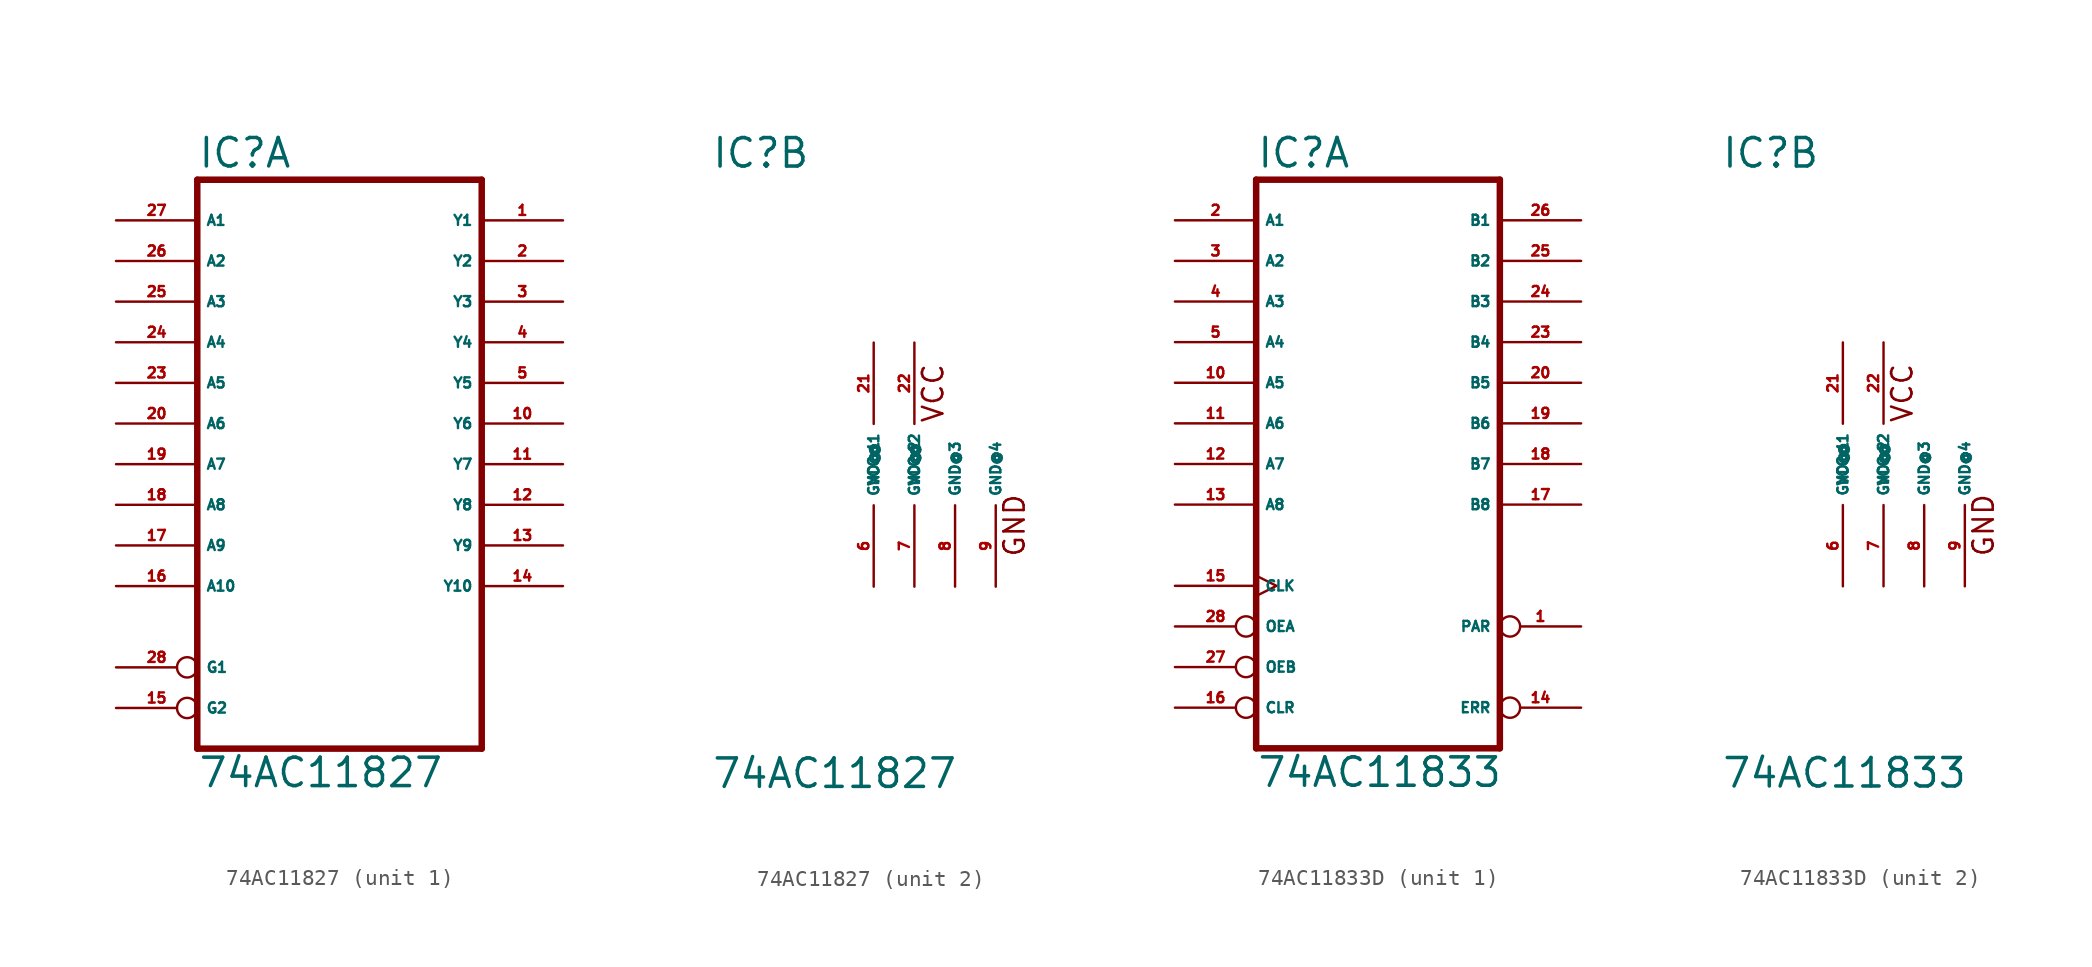
<source format=kicad_sym>
(kicad_symbol_lib
  (version 20220914)
  (generator Eagle2Kicad)
  (symbol "74AC11827"
    (property "Reference" "IC"
      (at -10.16 18.415 0)
      (effects (font (size 1.778 1.778) (thickness 0.22)) (justify left bottom)))
    (property "Value" "74AC11827"
      (at -10.16 -20.32 0)
      (effects (font (size 1.778 1.778) (thickness 0.22)) (justify left bottom)))
    (symbol "74AC11827_1_0"
      (polyline (pts (xy -10.16 -17.78) (xy 7.62 -17.78)) (stroke (width 0.406) (type default)) (fill (type none)))
      (polyline (pts (xy 7.62 -17.78) (xy 7.62 17.78)) (stroke (width 0.406) (type default)) (fill (type none)))
      (polyline (pts (xy 7.62 17.78) (xy -10.16 17.78)) (stroke (width 0.406) (type default)) (fill (type none)))
      (polyline (pts (xy -10.16 17.78) (xy -10.16 -17.78)) (stroke (width 0.406) (type default)) (fill (type none)))
      (pin tri_state line (at 12.7 15.24 180) (length 5.08) (name "Y1" (effects (font (size 0.635 0.635) (thickness 0.08)) (justify left bottom))) (number "1" (effects (font (size 0.635 0.635) (thickness 0.08)) (justify left bottom))))
      (pin tri_state line (at 12.7 12.7 180) (length 5.08) (name "Y2" (effects (font (size 0.635 0.635) (thickness 0.08)) (justify left bottom))) (number "2" (effects (font (size 0.635 0.635) (thickness 0.08)) (justify left bottom))))
      (pin tri_state line (at 12.7 10.16 180) (length 5.08) (name "Y3" (effects (font (size 0.635 0.635) (thickness 0.08)) (justify left bottom))) (number "3" (effects (font (size 0.635 0.635) (thickness 0.08)) (justify left bottom))))
      (pin tri_state line (at 12.7 7.62 180) (length 5.08) (name "Y4" (effects (font (size 0.635 0.635) (thickness 0.08)) (justify left bottom))) (number "4" (effects (font (size 0.635 0.635) (thickness 0.08)) (justify left bottom))))
      (pin tri_state line (at 12.7 5.08 180) (length 5.08) (name "Y5" (effects (font (size 0.635 0.635) (thickness 0.08)) (justify left bottom))) (number "5" (effects (font (size 0.635 0.635) (thickness 0.08)) (justify left bottom))))
      (pin tri_state line (at 12.7 2.54 180) (length 5.08) (name "Y6" (effects (font (size 0.635 0.635) (thickness 0.08)) (justify left bottom))) (number "10" (effects (font (size 0.635 0.635) (thickness 0.08)) (justify left bottom))))
      (pin tri_state line (at 12.7 0 180) (length 5.08) (name "Y7" (effects (font (size 0.635 0.635) (thickness 0.08)) (justify left bottom))) (number "11" (effects (font (size 0.635 0.635) (thickness 0.08)) (justify left bottom))))
      (pin tri_state line (at 12.7 -2.54 180) (length 5.08) (name "Y8" (effects (font (size 0.635 0.635) (thickness 0.08)) (justify left bottom))) (number "12" (effects (font (size 0.635 0.635) (thickness 0.08)) (justify left bottom))))
      (pin tri_state line (at 12.7 -5.08 180) (length 5.08) (name "Y9" (effects (font (size 0.635 0.635) (thickness 0.08)) (justify left bottom))) (number "13" (effects (font (size 0.635 0.635) (thickness 0.08)) (justify left bottom))))
      (pin tri_state line (at 12.7 -7.62 180) (length 5.08) (name "Y10" (effects (font (size 0.635 0.635) (thickness 0.08)) (justify left bottom))) (number "14" (effects (font (size 0.635 0.635) (thickness 0.08)) (justify left bottom))))
      (pin input inverted (at -15.24 -15.24 0) (length 5.08) (name "G2" (effects (font (size 0.635 0.635) (thickness 0.08)) (justify left bottom))) (number "15" (effects (font (size 0.635 0.635) (thickness 0.08)) (justify left bottom))))
      (pin input line (at -15.24 -7.62 0) (length 5.08) (name "A10" (effects (font (size 0.635 0.635) (thickness 0.08)) (justify left bottom))) (number "16" (effects (font (size 0.635 0.635) (thickness 0.08)) (justify left bottom))))
      (pin input line (at -15.24 -5.08 0) (length 5.08) (name "A9" (effects (font (size 0.635 0.635) (thickness 0.08)) (justify left bottom))) (number "17" (effects (font (size 0.635 0.635) (thickness 0.08)) (justify left bottom))))
      (pin input line (at -15.24 -2.54 0) (length 5.08) (name "A8" (effects (font (size 0.635 0.635) (thickness 0.08)) (justify left bottom))) (number "18" (effects (font (size 0.635 0.635) (thickness 0.08)) (justify left bottom))))
      (pin input line (at -15.24 0 0) (length 5.08) (name "A7" (effects (font (size 0.635 0.635) (thickness 0.08)) (justify left bottom))) (number "19" (effects (font (size 0.635 0.635) (thickness 0.08)) (justify left bottom))))
      (pin input line (at -15.24 2.54 0) (length 5.08) (name "A6" (effects (font (size 0.635 0.635) (thickness 0.08)) (justify left bottom))) (number "20" (effects (font (size 0.635 0.635) (thickness 0.08)) (justify left bottom))))
      (pin input line (at -15.24 5.08 0) (length 5.08) (name "A5" (effects (font (size 0.635 0.635) (thickness 0.08)) (justify left bottom))) (number "23" (effects (font (size 0.635 0.635) (thickness 0.08)) (justify left bottom))))
      (pin input line (at -15.24 7.62 0) (length 5.08) (name "A4" (effects (font (size 0.635 0.635) (thickness 0.08)) (justify left bottom))) (number "24" (effects (font (size 0.635 0.635) (thickness 0.08)) (justify left bottom))))
      (pin input line (at -15.24 10.16 0) (length 5.08) (name "A3" (effects (font (size 0.635 0.635) (thickness 0.08)) (justify left bottom))) (number "25" (effects (font (size 0.635 0.635) (thickness 0.08)) (justify left bottom))))
      (pin input line (at -15.24 12.7 0) (length 5.08) (name "A2" (effects (font (size 0.635 0.635) (thickness 0.08)) (justify left bottom))) (number "26" (effects (font (size 0.635 0.635) (thickness 0.08)) (justify left bottom))))
      (pin input line (at -15.24 15.24 0) (length 5.08) (name "A1" (effects (font (size 0.635 0.635) (thickness 0.08)) (justify left bottom))) (number "27" (effects (font (size 0.635 0.635) (thickness 0.08)) (justify left bottom))))
      (pin input inverted (at -15.24 -12.7 0) (length 5.08) (name "G1" (effects (font (size 0.635 0.635) (thickness 0.08)) (justify left bottom))) (number "28" (effects (font (size 0.635 0.635) (thickness 0.08)) (justify left bottom)))))
    (symbol "74AC11827_2_0"
      (text "VCC" (at 4.445 2.54 900) (effects (font (size 1.27 1.27) (thickness 0.16)) (justify left bottom)))
      (text "GND" (at 9.525 -5.842 900) (effects (font (size 1.27 1.27) (thickness 0.16)) (justify left bottom)))
      (pin unspecified line (at 0 -7.62 90) (length 5.08) (name "GND@1" (effects (font (size 0.635 0.635) (thickness 0.08)) (justify left bottom))) (number "6" (effects (font (size 0.635 0.635) (thickness 0.08)) (justify left bottom))))
      (pin unspecified line (at 2.54 -7.62 90) (length 5.08) (name "GND@2" (effects (font (size 0.635 0.635) (thickness 0.08)) (justify left bottom))) (number "7" (effects (font (size 0.635 0.635) (thickness 0.08)) (justify left bottom))))
      (pin unspecified line (at 5.08 -7.62 90) (length 5.08) (name "GND@3" (effects (font (size 0.635 0.635) (thickness 0.08)) (justify left bottom))) (number "8" (effects (font (size 0.635 0.635) (thickness 0.08)) (justify left bottom))))
      (pin unspecified line (at 7.62 -7.62 90) (length 5.08) (name "GND@4" (effects (font (size 0.635 0.635) (thickness 0.08)) (justify left bottom))) (number "9" (effects (font (size 0.635 0.635) (thickness 0.08)) (justify left bottom))))
      (pin unspecified line (at 0 7.62 270) (length 5.08) (name "VCC@1" (effects (font (size 0.635 0.635) (thickness 0.08)) (justify left bottom))) (number "21" (effects (font (size 0.635 0.635) (thickness 0.08)) (justify left bottom))))
      (pin unspecified line (at 2.54 7.62 270) (length 5.08) (name "VCC@2" (effects (font (size 0.635 0.635) (thickness 0.08)) (justify left bottom))) (number "22" (effects (font (size 0.635 0.635) (thickness 0.08)) (justify left bottom))))))
  (symbol "74AC11833D"
    (property "Reference" "IC"
      (at -7.62 18.415 0)
      (effects (font (size 1.778 1.778) (thickness 0.22)) (justify left bottom)))
    (property "Value" "74AC11833"
      (at -7.62 -20.32 0)
      (effects (font (size 1.778 1.778) (thickness 0.22)) (justify left bottom)))
    (symbol "74AC11833D_1_0"
      (polyline (pts (xy -7.62 -17.78) (xy 7.62 -17.78)) (stroke (width 0.406) (type default)) (fill (type none)))
      (polyline (pts (xy 7.62 -17.78) (xy 7.62 17.78)) (stroke (width 0.406) (type default)) (fill (type none)))
      (polyline (pts (xy 7.62 17.78) (xy -7.62 17.78)) (stroke (width 0.406) (type default)) (fill (type none)))
      (polyline (pts (xy -7.62 17.78) (xy -7.62 -17.78)) (stroke (width 0.406) (type default)) (fill (type none)))
      (pin bidirectional inverted (at 12.7 -10.16 180) (length 5.08) (name "PAR" (effects (font (size 0.635 0.635) (thickness 0.08)) (justify left bottom))) (number "1" (effects (font (size 0.635 0.635) (thickness 0.08)) (justify left bottom))))
      (pin bidirectional line (at -12.7 15.24 0) (length 5.08) (name "A1" (effects (font (size 0.635 0.635) (thickness 0.08)) (justify left bottom))) (number "2" (effects (font (size 0.635 0.635) (thickness 0.08)) (justify left bottom))))
      (pin bidirectional line (at -12.7 12.7 0) (length 5.08) (name "A2" (effects (font (size 0.635 0.635) (thickness 0.08)) (justify left bottom))) (number "3" (effects (font (size 0.635 0.635) (thickness 0.08)) (justify left bottom))))
      (pin bidirectional line (at -12.7 10.16 0) (length 5.08) (name "A3" (effects (font (size 0.635 0.635) (thickness 0.08)) (justify left bottom))) (number "4" (effects (font (size 0.635 0.635) (thickness 0.08)) (justify left bottom))))
      (pin bidirectional line (at -12.7 7.62 0) (length 5.08) (name "A4" (effects (font (size 0.635 0.635) (thickness 0.08)) (justify left bottom))) (number "5" (effects (font (size 0.635 0.635) (thickness 0.08)) (justify left bottom))))
      (pin bidirectional line (at -12.7 5.08 0) (length 5.08) (name "A5" (effects (font (size 0.635 0.635) (thickness 0.08)) (justify left bottom))) (number "10" (effects (font (size 0.635 0.635) (thickness 0.08)) (justify left bottom))))
      (pin bidirectional line (at -12.7 2.54 0) (length 5.08) (name "A6" (effects (font (size 0.635 0.635) (thickness 0.08)) (justify left bottom))) (number "11" (effects (font (size 0.635 0.635) (thickness 0.08)) (justify left bottom))))
      (pin bidirectional line (at -12.7 0 0) (length 5.08) (name "A7" (effects (font (size 0.635 0.635) (thickness 0.08)) (justify left bottom))) (number "12" (effects (font (size 0.635 0.635) (thickness 0.08)) (justify left bottom))))
      (pin bidirectional line (at -12.7 -2.54 0) (length 5.08) (name "A8" (effects (font (size 0.635 0.635) (thickness 0.08)) (justify left bottom))) (number "13" (effects (font (size 0.635 0.635) (thickness 0.08)) (justify left bottom))))
      (pin bidirectional inverted (at 12.7 -15.24 180) (length 5.08) (name "ERR" (effects (font (size 0.635 0.635) (thickness 0.08)) (justify left bottom))) (number "14" (effects (font (size 0.635 0.635) (thickness 0.08)) (justify left bottom))))
      (pin input clock (at -12.7 -7.62 0) (length 5.08) (name "CLK" (effects (font (size 0.635 0.635) (thickness 0.08)) (justify left bottom))) (number "15" (effects (font (size 0.635 0.635) (thickness 0.08)) (justify left bottom))))
      (pin input inverted (at -12.7 -15.24 0) (length 5.08) (name "CLR" (effects (font (size 0.635 0.635) (thickness 0.08)) (justify left bottom))) (number "16" (effects (font (size 0.635 0.635) (thickness 0.08)) (justify left bottom))))
      (pin bidirectional line (at 12.7 -2.54 180) (length 5.08) (name "B8" (effects (font (size 0.635 0.635) (thickness 0.08)) (justify left bottom))) (number "17" (effects (font (size 0.635 0.635) (thickness 0.08)) (justify left bottom))))
      (pin bidirectional line (at 12.7 0 180) (length 5.08) (name "B7" (effects (font (size 0.635 0.635) (thickness 0.08)) (justify left bottom))) (number "18" (effects (font (size 0.635 0.635) (thickness 0.08)) (justify left bottom))))
      (pin bidirectional line (at 12.7 2.54 180) (length 5.08) (name "B6" (effects (font (size 0.635 0.635) (thickness 0.08)) (justify left bottom))) (number "19" (effects (font (size 0.635 0.635) (thickness 0.08)) (justify left bottom))))
      (pin bidirectional line (at 12.7 5.08 180) (length 5.08) (name "B5" (effects (font (size 0.635 0.635) (thickness 0.08)) (justify left bottom))) (number "20" (effects (font (size 0.635 0.635) (thickness 0.08)) (justify left bottom))))
      (pin bidirectional line (at 12.7 7.62 180) (length 5.08) (name "B4" (effects (font (size 0.635 0.635) (thickness 0.08)) (justify left bottom))) (number "23" (effects (font (size 0.635 0.635) (thickness 0.08)) (justify left bottom))))
      (pin bidirectional line (at 12.7 10.16 180) (length 5.08) (name "B3" (effects (font (size 0.635 0.635) (thickness 0.08)) (justify left bottom))) (number "24" (effects (font (size 0.635 0.635) (thickness 0.08)) (justify left bottom))))
      (pin bidirectional line (at 12.7 12.7 180) (length 5.08) (name "B2" (effects (font (size 0.635 0.635) (thickness 0.08)) (justify left bottom))) (number "25" (effects (font (size 0.635 0.635) (thickness 0.08)) (justify left bottom))))
      (pin bidirectional line (at 12.7 15.24 180) (length 5.08) (name "B1" (effects (font (size 0.635 0.635) (thickness 0.08)) (justify left bottom))) (number "26" (effects (font (size 0.635 0.635) (thickness 0.08)) (justify left bottom))))
      (pin input inverted (at -12.7 -12.7 0) (length 5.08) (name "OEB" (effects (font (size 0.635 0.635) (thickness 0.08)) (justify left bottom))) (number "27" (effects (font (size 0.635 0.635) (thickness 0.08)) (justify left bottom))))
      (pin input inverted (at -12.7 -10.16 0) (length 5.08) (name "OEA" (effects (font (size 0.635 0.635) (thickness 0.08)) (justify left bottom))) (number "28" (effects (font (size 0.635 0.635) (thickness 0.08)) (justify left bottom)))))
    (symbol "74AC11833D_2_0"
      (text "VCC" (at 4.445 2.54 900) (effects (font (size 1.27 1.27) (thickness 0.16)) (justify left bottom)))
      (text "GND" (at 9.525 -5.842 900) (effects (font (size 1.27 1.27) (thickness 0.16)) (justify left bottom)))
      (pin unspecified line (at 0 -7.62 90) (length 5.08) (name "GND@1" (effects (font (size 0.635 0.635) (thickness 0.08)) (justify left bottom))) (number "6" (effects (font (size 0.635 0.635) (thickness 0.08)) (justify left bottom))))
      (pin unspecified line (at 2.54 -7.62 90) (length 5.08) (name "GND@2" (effects (font (size 0.635 0.635) (thickness 0.08)) (justify left bottom))) (number "7" (effects (font (size 0.635 0.635) (thickness 0.08)) (justify left bottom))))
      (pin unspecified line (at 5.08 -7.62 90) (length 5.08) (name "GND@3" (effects (font (size 0.635 0.635) (thickness 0.08)) (justify left bottom))) (number "8" (effects (font (size 0.635 0.635) (thickness 0.08)) (justify left bottom))))
      (pin unspecified line (at 7.62 -7.62 90) (length 5.08) (name "GND@4" (effects (font (size 0.635 0.635) (thickness 0.08)) (justify left bottom))) (number "9" (effects (font (size 0.635 0.635) (thickness 0.08)) (justify left bottom))))
      (pin unspecified line (at 0 7.62 270) (length 5.08) (name "VCC@1" (effects (font (size 0.635 0.635) (thickness 0.08)) (justify left bottom))) (number "21" (effects (font (size 0.635 0.635) (thickness 0.08)) (justify left bottom))))
      (pin unspecified line (at 2.54 7.62 270) (length 5.08) (name "VCC@2" (effects (font (size 0.635 0.635) (thickness 0.08)) (justify left bottom))) (number "22" (effects (font (size 0.635 0.635) (thickness 0.08)) (justify left bottom)))))))
</source>
